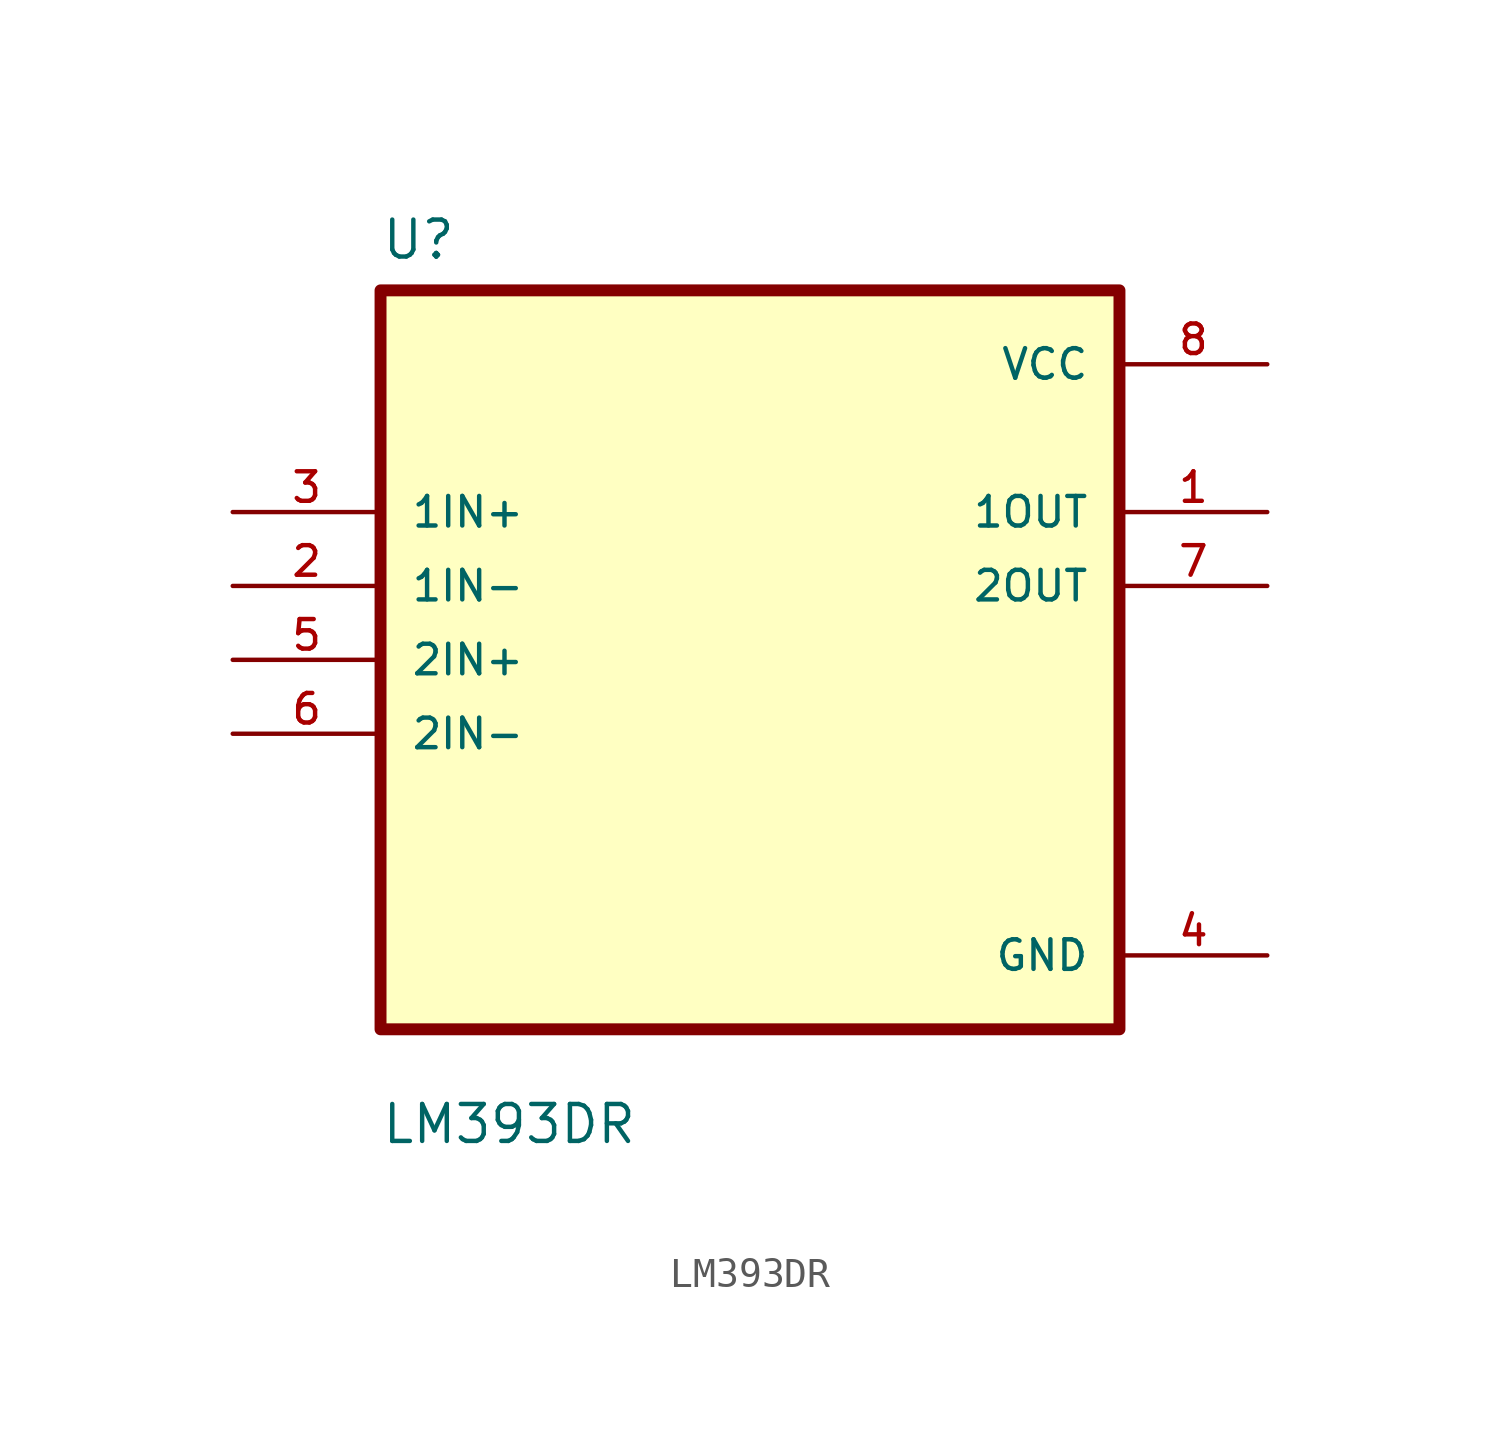
<source format=kicad_sym>
(kicad_symbol_lib
  (version 20211014)
  (generator kicad_symbol_editor)
  (symbol "LM393DR"
    (pin_names
      (offset 1.016))
    (property "Reference" "U"
      (at -12.7 13.7 0.0)
      (effects (font (size 1.27 1.27)) (justify bottom left)))
    (property "Value" "LM393DR"
      (at -12.7 -16.7 0.0)
      (effects (font (size 1.27 1.27)) (justify bottom left)))
    (symbol "LM393DR_0_0"
      (rectangle (start -12.7 -12.7) (end 12.7 12.7) (stroke (width 0.41)) (fill (type background)))
      (pin input line (at -17.78 5.08 0) (length 5.08) (name "1IN+" (effects (font (size 1.016 1.016)))) (number "3" (effects (font (size 1.016 1.016)))))
      (pin input line (at -17.78 2.54 0) (length 5.08) (name "1IN-" (effects (font (size 1.016 1.016)))) (number "2" (effects (font (size 1.016 1.016)))))
      (pin input line (at -17.78 -8.88178e-16 0) (length 5.08) (name "2IN+" (effects (font (size 1.016 1.016)))) (number "5" (effects (font (size 1.016 1.016)))))
      (pin input line (at -17.78 -2.54 0) (length 5.08) (name "2IN-" (effects (font (size 1.016 1.016)))) (number "6" (effects (font (size 1.016 1.016)))))
      (pin power_in line (at 17.78 10.16 180.0) (length 5.08) (name "VCC" (effects (font (size 1.016 1.016)))) (number "8" (effects (font (size 1.016 1.016)))))
      (pin output line (at 17.78 5.08 180.0) (length 5.08) (name "1OUT" (effects (font (size 1.016 1.016)))) (number "1" (effects (font (size 1.016 1.016)))))
      (pin output line (at 17.78 2.54 180.0) (length 5.08) (name "2OUT" (effects (font (size 1.016 1.016)))) (number "7" (effects (font (size 1.016 1.016)))))
      (pin power_in line (at 17.78 -10.16 180.0) (length 5.08) (name "GND" (effects (font (size 1.016 1.016)))) (number "4" (effects (font (size 1.016 1.016))))))))
</source>
